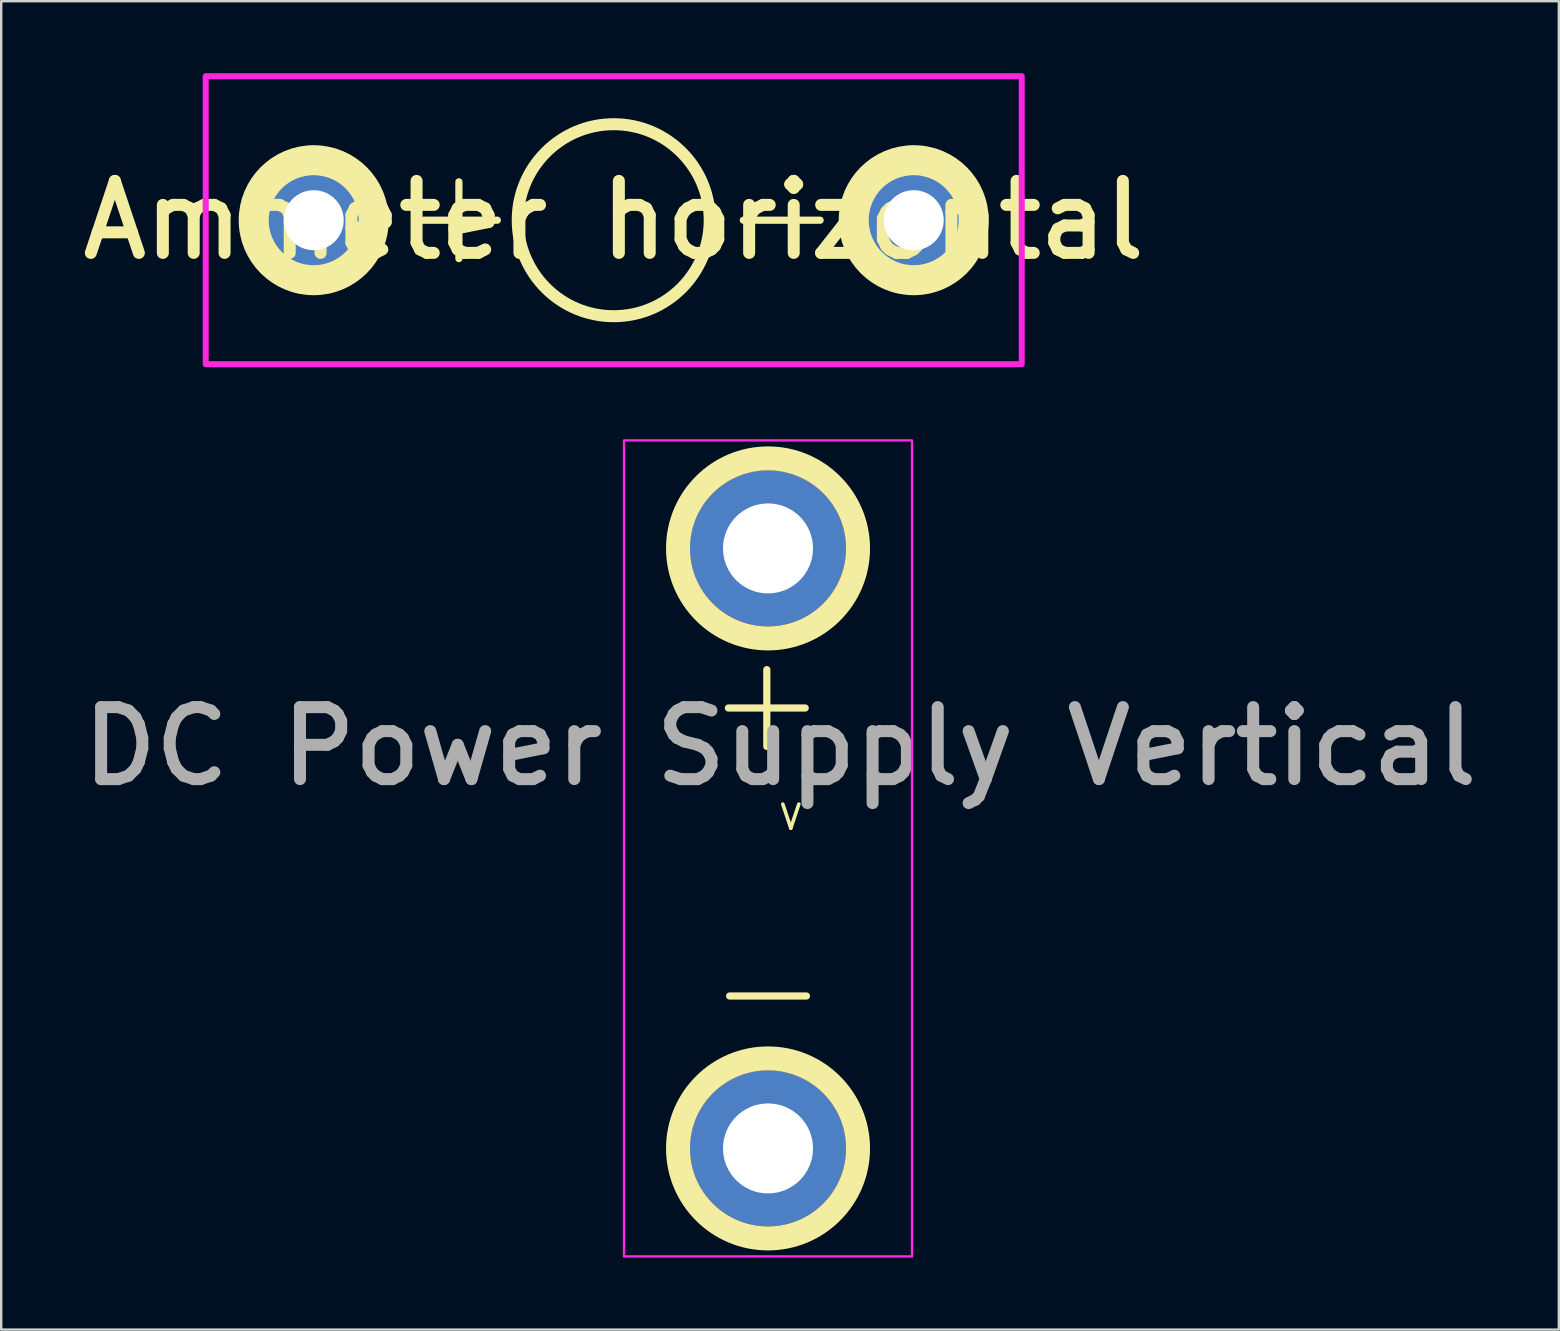
<source format=kicad_pcb>
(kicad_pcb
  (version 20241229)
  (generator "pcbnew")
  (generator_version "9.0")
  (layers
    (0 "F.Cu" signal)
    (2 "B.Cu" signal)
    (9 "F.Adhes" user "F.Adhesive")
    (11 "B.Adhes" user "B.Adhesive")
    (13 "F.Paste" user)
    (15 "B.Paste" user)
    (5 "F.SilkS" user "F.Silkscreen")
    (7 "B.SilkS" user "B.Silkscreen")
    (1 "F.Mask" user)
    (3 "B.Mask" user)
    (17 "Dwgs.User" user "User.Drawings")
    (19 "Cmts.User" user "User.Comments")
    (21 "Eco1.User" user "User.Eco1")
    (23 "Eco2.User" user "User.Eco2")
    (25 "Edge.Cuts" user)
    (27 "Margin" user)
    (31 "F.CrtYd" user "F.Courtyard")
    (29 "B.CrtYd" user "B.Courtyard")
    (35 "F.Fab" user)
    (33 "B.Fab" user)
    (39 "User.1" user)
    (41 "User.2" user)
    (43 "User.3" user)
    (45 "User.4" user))
  (footprint "DC Power Supply Vertical"
    (layer "F.Cu")
    (at 28.95 32.3)
    (property "Reference" "DC Power Supply Vertical" (at 0.5 -4.25 0) (unlocked yes) (layer "F.Fab") (effects (font (size 3 3) (thickness 0.5))))
    (property "Sim.Device" "V" (at 0.95 -1.3 0) (unlocked yes) (layer "F.SilkS") (effects (font (size 1 1) (thickness 0.15))))
    (attr smd)
    (fp_line (start -1.65 -5.85) (end 1.55 -5.85) (stroke (width 0.3) (type default)) (layer "F.SilkS"))
    (fp_line (start -1.6 6.15) (end 1.6 6.15) (stroke (width 0.3) (type default)) (layer "F.SilkS"))
    (fp_line (start -0.05 -4.25) (end -0.05 -7.45) (stroke (width 0.3) (type default)) (layer "F.SilkS"))
    (fp_circle (center 0 -12.5) (end 3.75 -12.5) (stroke (width 1) (type default)) (fill no) (layer "F.SilkS"))
    (fp_circle (center 0 12.5) (end 3.75 12.5) (stroke (width 1) (type default)) (fill no) (layer "F.SilkS"))
    (fp_rect (start -6 -17) (end 6 17) (stroke (width 0.1) (type default)) (fill no) (layer "F.CrtYd"))
    (pad "1" thru_hole circle (at 0 -12.5) (size 6.5 6.5) (drill 3.75) (layers "*.Cu" "*.Mask"))
    (pad "2" thru_hole circle (at 0 12.5) (size 6.5 6.5) (drill 3.75) (layers "*.Cu" "*.Mask")))
  (footprint "Ammeter horizontal"
    (layer "F.Cu")
    (at 22.521 6.125)
    (property "Reference" "Ammeter horizontal" (at 0 0 0) (unlocked yes) (layer "F.SilkS") (effects (font (size 3 3) (thickness 0.5))))
    (attr smd)
    (fp_circle (center -12.5 0) (end -9.6 0) (stroke (width 0.2) (type default)) (fill yes) (layer "B.Cu"))
    (fp_circle (center 12.5 0) (end 15.4 0) (stroke (width 0.2) (type default)) (fill yes) (layer "B.Cu"))
    (fp_line (start -6.45 1.6) (end -6.45 -1.6) (stroke (width 0.3) (type default)) (layer "F.SilkS"))
    (fp_line (start -4.85 0) (end -8.05 0) (stroke (width 0.3) (type default)) (layer "F.SilkS"))
    (fp_line (start 8.6 0) (end 5.4 0) (stroke (width 0.3) (type default)) (layer "F.SilkS"))
    (fp_circle (center -12.5 0) (end -12.5 2.5) (stroke (width 1.25) (type default)) (fill no) (layer "F.SilkS"))
    (fp_circle (center 0 0) (end 4 0) (stroke (width 0.5) (type default)) (fill no) (layer "F.SilkS"))
    (fp_circle (center 12.5 0) (end 12.5 2.5) (stroke (width 1.25) (type default)) (fill no) (layer "F.SilkS"))
    (fp_rect (start -17 -6) (end 17 6) (stroke (width 0.25) (type default)) (fill no) (layer "F.CrtYd"))
    (pad "1" thru_hole circle (at 12.5 0 270) (size 4 4) (drill 2.5) (layers "*.Cu" "*.Mask"))
    (pad "2" thru_hole circle (at -12.5 0 270) (size 4 4) (drill 2.5) (layers "*.Cu" "*.Mask")))
  (gr_rect
    (start -3 -3)
    (end 61.9 52.35)
    (stroke (width 0.1) (type default))
    (fill no)
    (layer "Edge.Cuts")))
</source>
